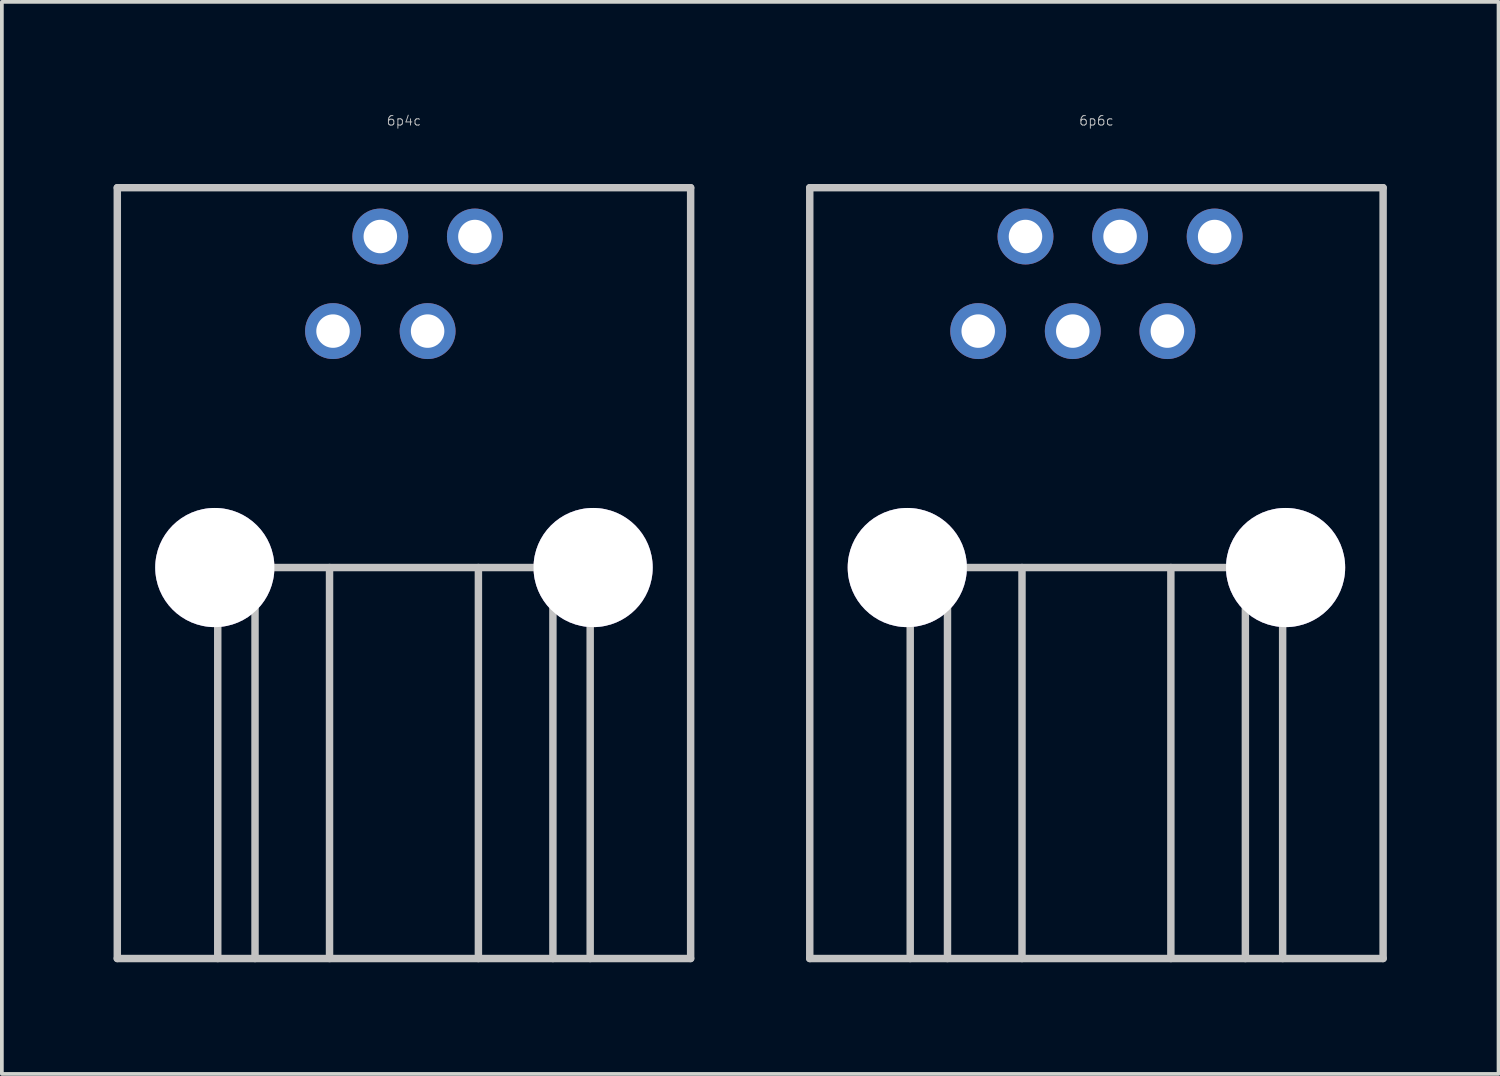
<source format=kicad_pcb>
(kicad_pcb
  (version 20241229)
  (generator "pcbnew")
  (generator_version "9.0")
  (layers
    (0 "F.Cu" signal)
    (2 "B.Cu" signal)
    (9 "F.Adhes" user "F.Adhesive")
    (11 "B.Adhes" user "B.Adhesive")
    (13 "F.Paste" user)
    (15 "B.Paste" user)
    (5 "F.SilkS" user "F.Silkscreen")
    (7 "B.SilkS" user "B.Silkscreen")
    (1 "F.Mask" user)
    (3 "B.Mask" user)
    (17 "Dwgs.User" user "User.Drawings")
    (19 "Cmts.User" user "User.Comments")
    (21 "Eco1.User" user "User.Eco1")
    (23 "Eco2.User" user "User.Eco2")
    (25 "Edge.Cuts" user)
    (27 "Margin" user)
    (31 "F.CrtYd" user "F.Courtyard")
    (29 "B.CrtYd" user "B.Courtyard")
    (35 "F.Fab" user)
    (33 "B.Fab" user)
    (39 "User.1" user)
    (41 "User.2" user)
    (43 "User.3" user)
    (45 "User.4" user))
  (footprint "6p6c"
    (layer "F.Cu")
    (at 26.396 12.192)
    (property "Reference" "6p6c" (at 0 -11.999 0) (layer "Dwgs.User") (effects (font (size 0.254 0.254) (thickness 0.025))))
    (attr through_hole)
    (fp_line (start -7.699 -10.201) (end 7.699 -10.201) (stroke (width 0.2) (type solid)) (layer "Dwgs.User"))
    (fp_line (start -7.699 10.5) (end -7.699 -10.201) (stroke (width 0.2) (type solid)) (layer "Dwgs.User"))
    (fp_line (start -5.001 0) (end -5.001 10.5) (stroke (width 0.2) (type solid)) (layer "Dwgs.User"))
    (fp_line (start -5.001 0) (end 5.001 0) (stroke (width 0.2) (type solid)) (layer "Dwgs.User"))
    (fp_line (start -4 10.5) (end -4 0) (stroke (width 0.2) (type solid)) (layer "Dwgs.User"))
    (fp_line (start -1.999 10.5) (end -1.999 0) (stroke (width 0.2) (type solid)) (layer "Dwgs.User"))
    (fp_line (start 1.999 10.5) (end 1.999 0) (stroke (width 0.2) (type solid)) (layer "Dwgs.User"))
    (fp_line (start 4 0) (end 4 10.5) (stroke (width 0.2) (type solid)) (layer "Dwgs.User"))
    (fp_line (start 5.001 0) (end 5.001 10.5) (stroke (width 0.2) (type solid)) (layer "Dwgs.User"))
    (fp_line (start 7.699 -10.201) (end 7.699 10.5) (stroke (width 0.2) (type solid)) (layer "Dwgs.User"))
    (fp_line (start 7.699 10.5) (end -7.699 10.5) (stroke (width 0.2) (type solid)) (layer "Dwgs.User"))
    (pad "" thru_hole circle (at -5.08 0) (size 3.2 3.2) (drill 3.2) (layers "*.Cu" "*.Mask"))
    (pad "" thru_hole circle (at 5.08 0) (size 3.2 3.2) (drill 3.2) (layers "*.Cu" "*.Mask"))
    (pad "1" thru_hole circle (at 3.175 -8.89) (size 1.501 1.501) (drill 0.899) (layers "*.Cu" "*.Mask"))
    (pad "2" thru_hole circle (at 1.905 -6.35) (size 1.501 1.501) (drill 0.899) (layers "*.Cu" "*.Mask"))
    (pad "3" thru_hole circle (at 0.635 -8.89) (size 1.501 1.501) (drill 0.899) (layers "*.Cu" "*.Mask"))
    (pad "4" thru_hole circle (at -0.635 -6.35) (size 1.501 1.501) (drill 0.899) (layers "*.Cu" "*.Mask"))
    (pad "5" thru_hole circle (at -1.905 -8.89) (size 1.501 1.501) (drill 0.899) (layers "*.Cu" "*.Mask"))
    (pad "6" thru_hole circle (at -3.175 -6.35) (size 1.501 1.501) (drill 0.899) (layers "*.Cu" "*.Mask")))
  (footprint "6p4c"
    (layer "F.Cu")
    (at 7.799 12.192)
    (property "Reference" "6p4c" (at 0 -11.999 0) (layer "Dwgs.User") (effects (font (size 0.254 0.254) (thickness 0.025))))
    (attr through_hole)
    (fp_line (start -7.699 -10.201) (end 7.699 -10.201) (stroke (width 0.2) (type solid)) (layer "Dwgs.User"))
    (fp_line (start -7.699 10.5) (end -7.699 -10.201) (stroke (width 0.2) (type solid)) (layer "Dwgs.User"))
    (fp_line (start -5.001 0) (end -5.001 10.5) (stroke (width 0.2) (type solid)) (layer "Dwgs.User"))
    (fp_line (start -5.001 0) (end 5.001 0) (stroke (width 0.2) (type solid)) (layer "Dwgs.User"))
    (fp_line (start -4 10.5) (end -4 0) (stroke (width 0.2) (type solid)) (layer "Dwgs.User"))
    (fp_line (start -1.999 10.5) (end -1.999 0) (stroke (width 0.2) (type solid)) (layer "Dwgs.User"))
    (fp_line (start 1.999 10.5) (end 1.999 0) (stroke (width 0.2) (type solid)) (layer "Dwgs.User"))
    (fp_line (start 4 0) (end 4 10.5) (stroke (width 0.2) (type solid)) (layer "Dwgs.User"))
    (fp_line (start 5.001 0) (end 5.001 10.5) (stroke (width 0.2) (type solid)) (layer "Dwgs.User"))
    (fp_line (start 7.699 -10.201) (end 7.699 10.5) (stroke (width 0.2) (type solid)) (layer "Dwgs.User"))
    (fp_line (start 7.699 10.5) (end -7.699 10.5) (stroke (width 0.2) (type solid)) (layer "Dwgs.User"))
    (pad "" thru_hole circle (at -5.08 0) (size 3.2 3.2) (drill 3.2) (layers "*.Cu" "*.Mask"))
    (pad "" thru_hole circle (at 5.08 0) (size 3.2 3.2) (drill 3.2) (layers "*.Cu" "*.Mask"))
    (pad "1" thru_hole circle (at 1.905 -8.89) (size 1.501 1.501) (drill 0.899) (layers "*.Cu" "*.Mask"))
    (pad "2" thru_hole circle (at 0.635 -6.35) (size 1.501 1.501) (drill 0.899) (layers "*.Cu" "*.Mask"))
    (pad "3" thru_hole circle (at -0.635 -8.89) (size 1.501 1.501) (drill 0.899) (layers "*.Cu" "*.Mask"))
    (pad "4" thru_hole circle (at -1.905 -6.35) (size 1.501 1.501) (drill 0.899) (layers "*.Cu" "*.Mask")))
  (gr_rect
    (start -3 -3)
    (end 37.195 25.792)
    (stroke (width 0.1) (type default))
    (fill no)
    (layer "Edge.Cuts")))
</source>
